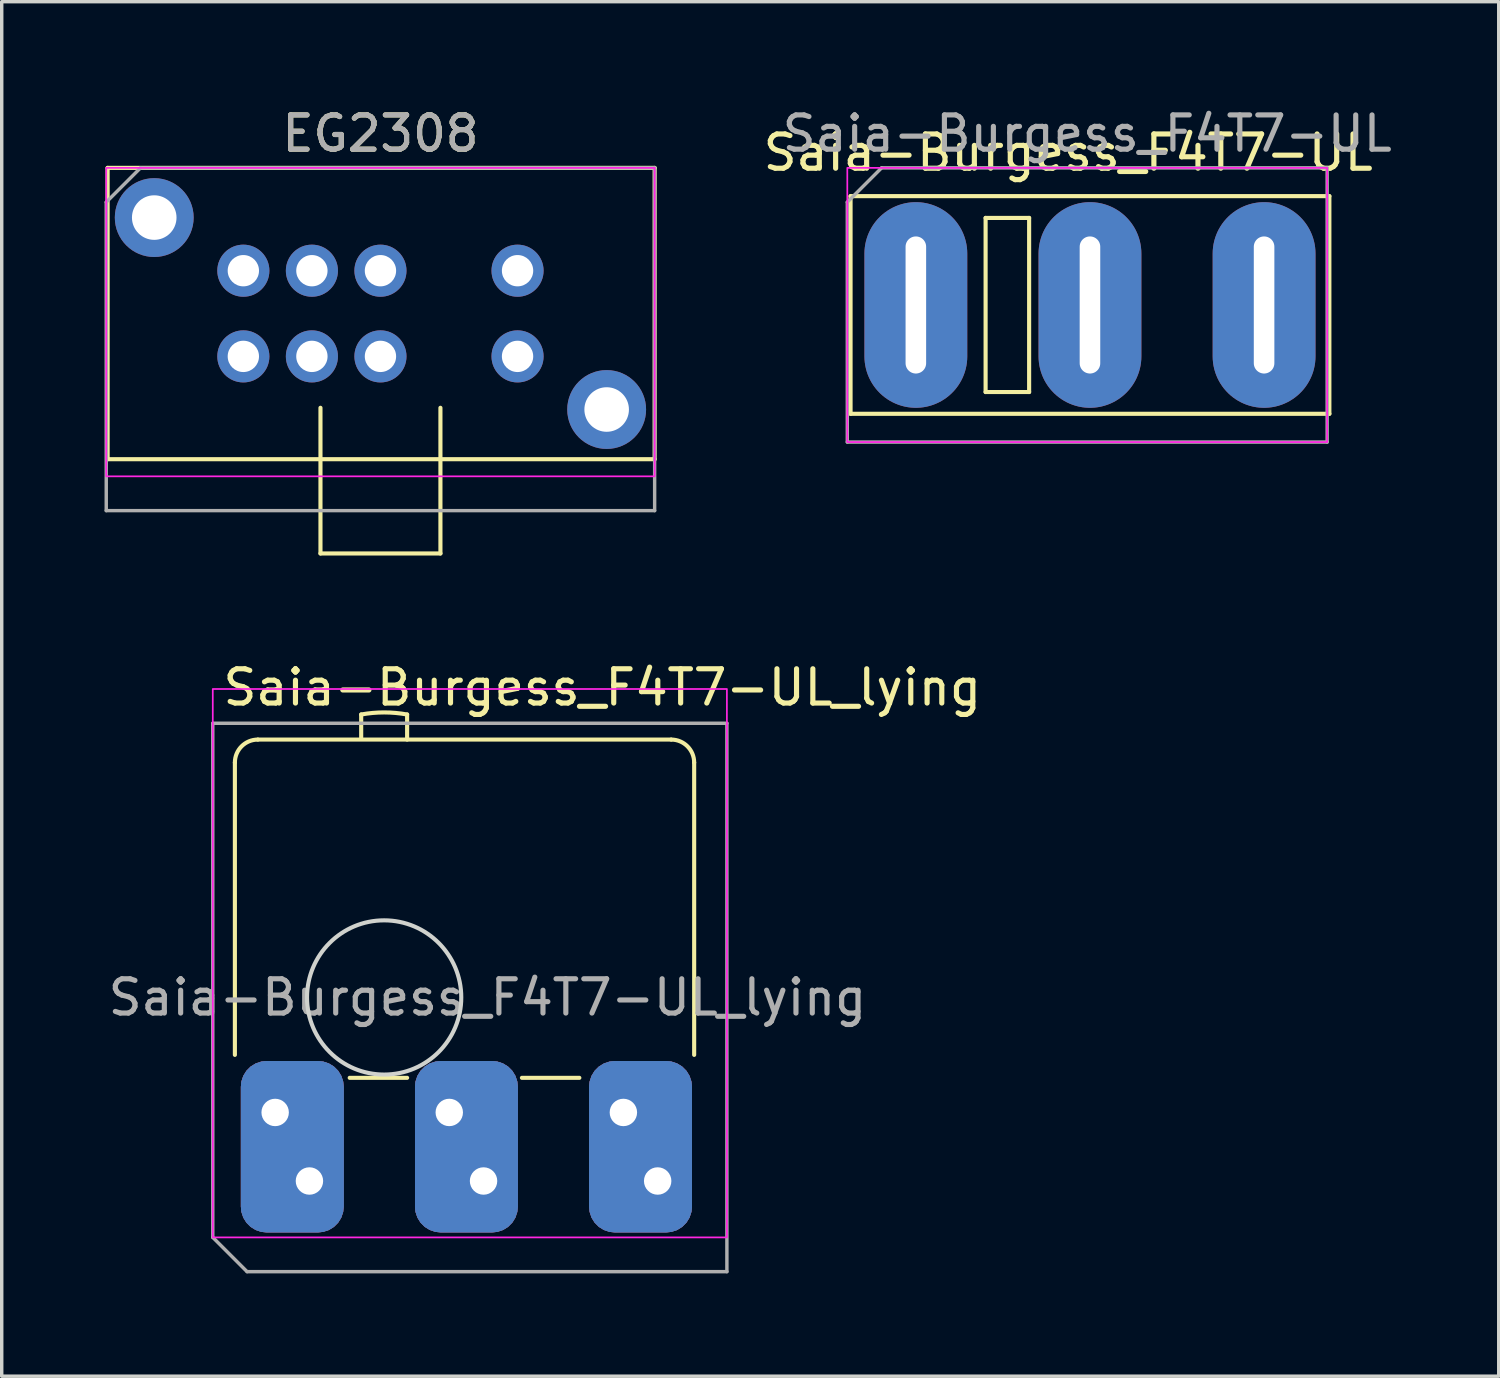
<source format=kicad_pcb>
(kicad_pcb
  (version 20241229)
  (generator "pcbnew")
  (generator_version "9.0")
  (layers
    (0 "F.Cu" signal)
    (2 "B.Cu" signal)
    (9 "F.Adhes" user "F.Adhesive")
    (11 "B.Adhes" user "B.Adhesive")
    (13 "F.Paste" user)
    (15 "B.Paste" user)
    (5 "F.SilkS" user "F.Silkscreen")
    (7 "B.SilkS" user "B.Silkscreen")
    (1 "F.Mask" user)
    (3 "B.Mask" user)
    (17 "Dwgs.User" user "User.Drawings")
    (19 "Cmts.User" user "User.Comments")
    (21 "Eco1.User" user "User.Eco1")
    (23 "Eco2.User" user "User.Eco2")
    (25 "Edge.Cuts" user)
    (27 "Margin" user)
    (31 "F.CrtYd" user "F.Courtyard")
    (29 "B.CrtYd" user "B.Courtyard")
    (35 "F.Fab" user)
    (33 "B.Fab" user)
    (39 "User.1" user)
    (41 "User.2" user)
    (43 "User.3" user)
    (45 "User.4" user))
  (footprint "Saia-Burgess_F4T7-UL_lying"
    (layer "F.Cu")
    (at 8.158 26.052)
    (property "Reference" "Saia-Burgess_F4T7-UL_lying" (at 6.365 -9.045 0) (unlocked yes) (layer "F.SilkS") (effects (font (size 1 1) (thickness 0.15))))
    (attr through_hole)
    (fp_line (start -4.355 -6.854) (end -4.355 1.675) (stroke (width 0.12) (type default)) (layer "F.SilkS"))
    (fp_line (start -1.005 2.345) (end 0.67 2.345) (stroke (width 0.12) (type default)) (layer "F.SilkS"))
    (fp_line (start -0.67 -8.256) (end -0.67 -7.586) (stroke (width 0.12) (type default)) (layer "F.SilkS"))
    (fp_line (start 0.67 -8.256) (end 0.67 -7.524) (stroke (width 0.12) (type default)) (layer "F.SilkS"))
    (fp_line (start 4.02 2.345) (end 5.695 2.345) (stroke (width 0.12) (type default)) (layer "F.SilkS"))
    (fp_line (start 8.375 -7.524) (end -3.685 -7.524) (stroke (width 0.12) (type default)) (layer "F.SilkS"))
    (fp_line (start 9.045 1.675) (end 9.045 -6.854) (stroke (width 0.12) (type default)) (layer "F.SilkS"))
    (fp_arc (start -4.355 -6.854) (mid -4.158762 -7.327762) (end -3.685 -7.524) (stroke (width 0.12) (type default)) (layer "F.SilkS"))
    (fp_arc (start -0.67 -8.255586) (mid 0 -8.316) (end 0.67 -8.255586) (stroke (width 0.12) (type default)) (layer "F.SilkS"))
    (fp_arc (start 8.375 -7.524) (mid 8.848762 -7.327762) (end 9.045 -6.854) (stroke (width 0.12) (type default)) (layer "F.SilkS"))
    (fp_circle (center 0 0) (end 2.25 0) (stroke (width 0.12) (type default)) (fill no) (layer "Edge.Cuts"))
    (fp_rect (start -5 -9) (end 10 7) (stroke (width 0.05) (type default)) (fill no) (layer "F.CrtYd"))
    (fp_line (start -5 -8) (end 10 -8) (stroke (width 0.1) (type default)) (layer "F.Fab"))
    (fp_line (start -5 7) (end -5 -8) (stroke (width 0.1) (type default)) (layer "F.Fab"))
    (fp_line (start -4 8) (end -5 7) (stroke (width 0.1) (type default)) (layer "F.Fab"))
    (fp_line (start 10 -8) (end 10 8) (stroke (width 0.1) (type default)) (layer "F.Fab"))
    (fp_line (start 10 8) (end -4 8) (stroke (width 0.1) (type default)) (layer "F.Fab"))
    (fp_text user "${REFERENCE}" (at 3.015 0 0) (unlocked yes) (layer "F.Fab") (effects (font (size 1 1) (thickness 0.15))))
    (pad "1" thru_hole roundrect (at 6.98 3.355) (size 3 5) (drill 0.8 (offset 0.5 1)) (layers "*.Cu" "*.Mask") (roundrect_rratio 0.25))
    (pad "1" thru_hole roundrect (at 7.98 5.355) (size 3 5) (drill 0.8 (offset -0.5 -1)) (layers "*.Cu" "*.Mask") (roundrect_rratio 0.25))
    (pad "2" thru_hole roundrect (at -3.18 3.355) (size 3 5) (drill 0.8 (offset 0.5 1)) (layers "*.Cu" "*.Mask") (roundrect_rratio 0.25))
    (pad "2" thru_hole roundrect (at -2.18 5.355) (size 3 5) (drill 0.8 (offset -0.5 -1)) (layers "*.Cu" "*.Mask") (roundrect_rratio 0.25))
    (pad "4" thru_hole roundrect (at 1.9 3.355) (size 3 5) (drill 0.8 (offset 0.5 1)) (layers "*.Cu" "*.Mask") (roundrect_rratio 0.25))
    (pad "4" thru_hole roundrect (at 2.9 5.355) (size 3 5) (drill 0.8 (offset -0.5 -1)) (layers "*.Cu" "*.Mask") (roundrect_rratio 0.25)))
  (footprint "EG2308"
    (layer "F.Cu")
    (at 4.05 4.848)
    (property "Reference" "EG2308" (at 4 -4 0) (layer "F.SilkS") (effects (font (size 1 1) (thickness 0.15))))
    (attr through_hole)
    (fp_line (start -3.96 -3) (end 12 -3) (stroke (width 0.12) (type solid)) (layer "F.SilkS"))
    (fp_line (start -3.96 5.5) (end -3.96 -3) (stroke (width 0.12) (type solid)) (layer "F.SilkS"))
    (fp_line (start -3.96 5.5) (end 12 5.5) (stroke (width 0.12) (type solid)) (layer "F.SilkS"))
    (fp_line (start 2.25 4) (end 2.25 8.25) (stroke (width 0.12) (type solid)) (layer "F.SilkS"))
    (fp_line (start 2.25 8.25) (end 5.75 8.25) (stroke (width 0.12) (type solid)) (layer "F.SilkS"))
    (fp_line (start 5.75 8.25) (end 5.75 4) (stroke (width 0.12) (type solid)) (layer "F.SilkS"))
    (fp_line (start 12 5.5) (end 12 -3) (stroke (width 0.12) (type solid)) (layer "F.SilkS"))
    (fp_rect (start -4 -3) (end 12 6) (stroke (width 0.05) (type default)) (fill no) (layer "F.CrtYd"))
    (fp_line (start -4 -2) (end -3 -3) (stroke (width 0.1) (type default)) (layer "F.Fab"))
    (fp_line (start -4 7) (end -4 -2) (stroke (width 0.1) (type default)) (layer "F.Fab"))
    (fp_line (start -3 -3) (end 12 -3) (stroke (width 0.1) (type default)) (layer "F.Fab"))
    (fp_line (start 12 -3) (end 12 7) (stroke (width 0.1) (type default)) (layer "F.Fab"))
    (fp_line (start 12 7) (end -4 7) (stroke (width 0.1) (type default)) (layer "F.Fab"))
    (fp_text user "${REFERENCE}" (at 4 -4 0) (layer "F.Fab") (effects (font (size 1 1) (thickness 0.15))))
    (pad "1" thru_hole circle (at 0 0) (size 1.52 1.52) (drill 0.914) (layers "*.Cu" "*.Mask"))
    (pad "2" thru_hole circle (at 2 0) (size 1.52 1.52) (drill 0.914) (layers "*.Cu" "*.Mask"))
    (pad "3" thru_hole circle (at 4 0) (size 1.52 1.52) (drill 0.914) (layers "*.Cu" "*.Mask"))
    (pad "4" thru_hole circle (at 8 0) (size 1.52 1.52) (drill 0.914) (layers "*.Cu" "*.Mask"))
    (pad "5" thru_hole circle (at 0 2.5) (size 1.52 1.52) (drill 0.914) (layers "*.Cu" "*.Mask"))
    (pad "6" thru_hole circle (at 2 2.5) (size 1.52 1.52) (drill 0.914) (layers "*.Cu" "*.Mask"))
    (pad "7" thru_hole circle (at 4 2.5) (size 1.52 1.52) (drill 0.914) (layers "*.Cu" "*.Mask"))
    (pad "8" thru_hole circle (at 8 2.5) (size 1.52 1.52) (drill 0.914) (layers "*.Cu" "*.Mask"))
    (pad "9" thru_hole circle (at 10.6 4.05) (size 2.3 2.3) (drill 1.3) (layers "*.Cu" "*.Mask"))
    (pad "10" thru_hole circle (at -2.6 -1.55) (size 2.3 2.3) (drill 1.3) (layers "*.Cu" "*.Mask")))
  (footprint "Saia-Burgess_F4T7-UL"
    (layer "F.Cu")
    (at 23.671 5.848)
    (property "Reference" "Saia-Burgess_F4T7-UL" (at 4.445 -4.445 0) (unlocked yes) (layer "F.SilkS") (effects (font (size 1 1) (thickness 0.15))))
    (attr through_hole)
    (fp_line (start -1.905 -3.175) (end 12.065 -3.175) (stroke (width 0.12) (type default)) (layer "F.SilkS"))
    (fp_line (start -1.905 3.175) (end -1.905 -3.175) (stroke (width 0.12) (type default)) (layer "F.SilkS"))
    (fp_line (start 2.035 -2.54) (end 2.035 2.54) (stroke (width 0.12) (type default)) (layer "F.SilkS"))
    (fp_line (start 2.035 -2.54) (end 3.305 -2.54) (stroke (width 0.12) (type default)) (layer "F.SilkS"))
    (fp_line (start 3.305 -2.54) (end 3.305 2.54) (stroke (width 0.12) (type default)) (layer "F.SilkS"))
    (fp_line (start 3.305 2.54) (end 2.035 2.54) (stroke (width 0.12) (type default)) (layer "F.SilkS"))
    (fp_line (start 12.065 -3.175) (end 12.065 3.175) (stroke (width 0.12) (type default)) (layer "F.SilkS"))
    (fp_line (start 12.065 3.175) (end -1.905 3.175) (stroke (width 0.12) (type default)) (layer "F.SilkS"))
    (fp_rect (start -2 -4) (end 12 4) (stroke (width 0.05) (type default)) (fill no) (layer "F.CrtYd"))
    (fp_line (start -2 -3) (end -1 -4) (stroke (width 0.1) (type default)) (layer "F.Fab"))
    (fp_line (start -2 4) (end -2 -3) (stroke (width 0.1) (type default)) (layer "F.Fab"))
    (fp_line (start -1 -4) (end 12 -4) (stroke (width 0.1) (type default)) (layer "F.Fab"))
    (fp_line (start 12 -4) (end 12 4) (stroke (width 0.1) (type default)) (layer "F.Fab"))
    (fp_line (start 12 4) (end -2 4) (stroke (width 0.1) (type default)) (layer "F.Fab"))
    (fp_text user "${REFERENCE}" (at 5 -5 0) (unlocked yes) (layer "F.Fab") (effects (font (size 1 1) (thickness 0.15))))
    (pad "1" thru_hole oval (at 10.16 0) (size 3 6) (drill oval 0.6 4) (layers "*.Cu" "*.Mask"))
    (pad "2" thru_hole oval (at 0 0) (size 3 6) (drill oval 0.6 4) (layers "*.Cu" "*.Mask"))
    (pad "4" thru_hole oval (at 5.08 0) (size 3 6) (drill oval 0.6 4) (layers "*.Cu" "*.Mask")))
  (gr_rect
    (start -3 -3)
    (end 40.677 37.102)
    (stroke (width 0.1) (type default))
    (fill no)
    (layer "Edge.Cuts")))
</source>
